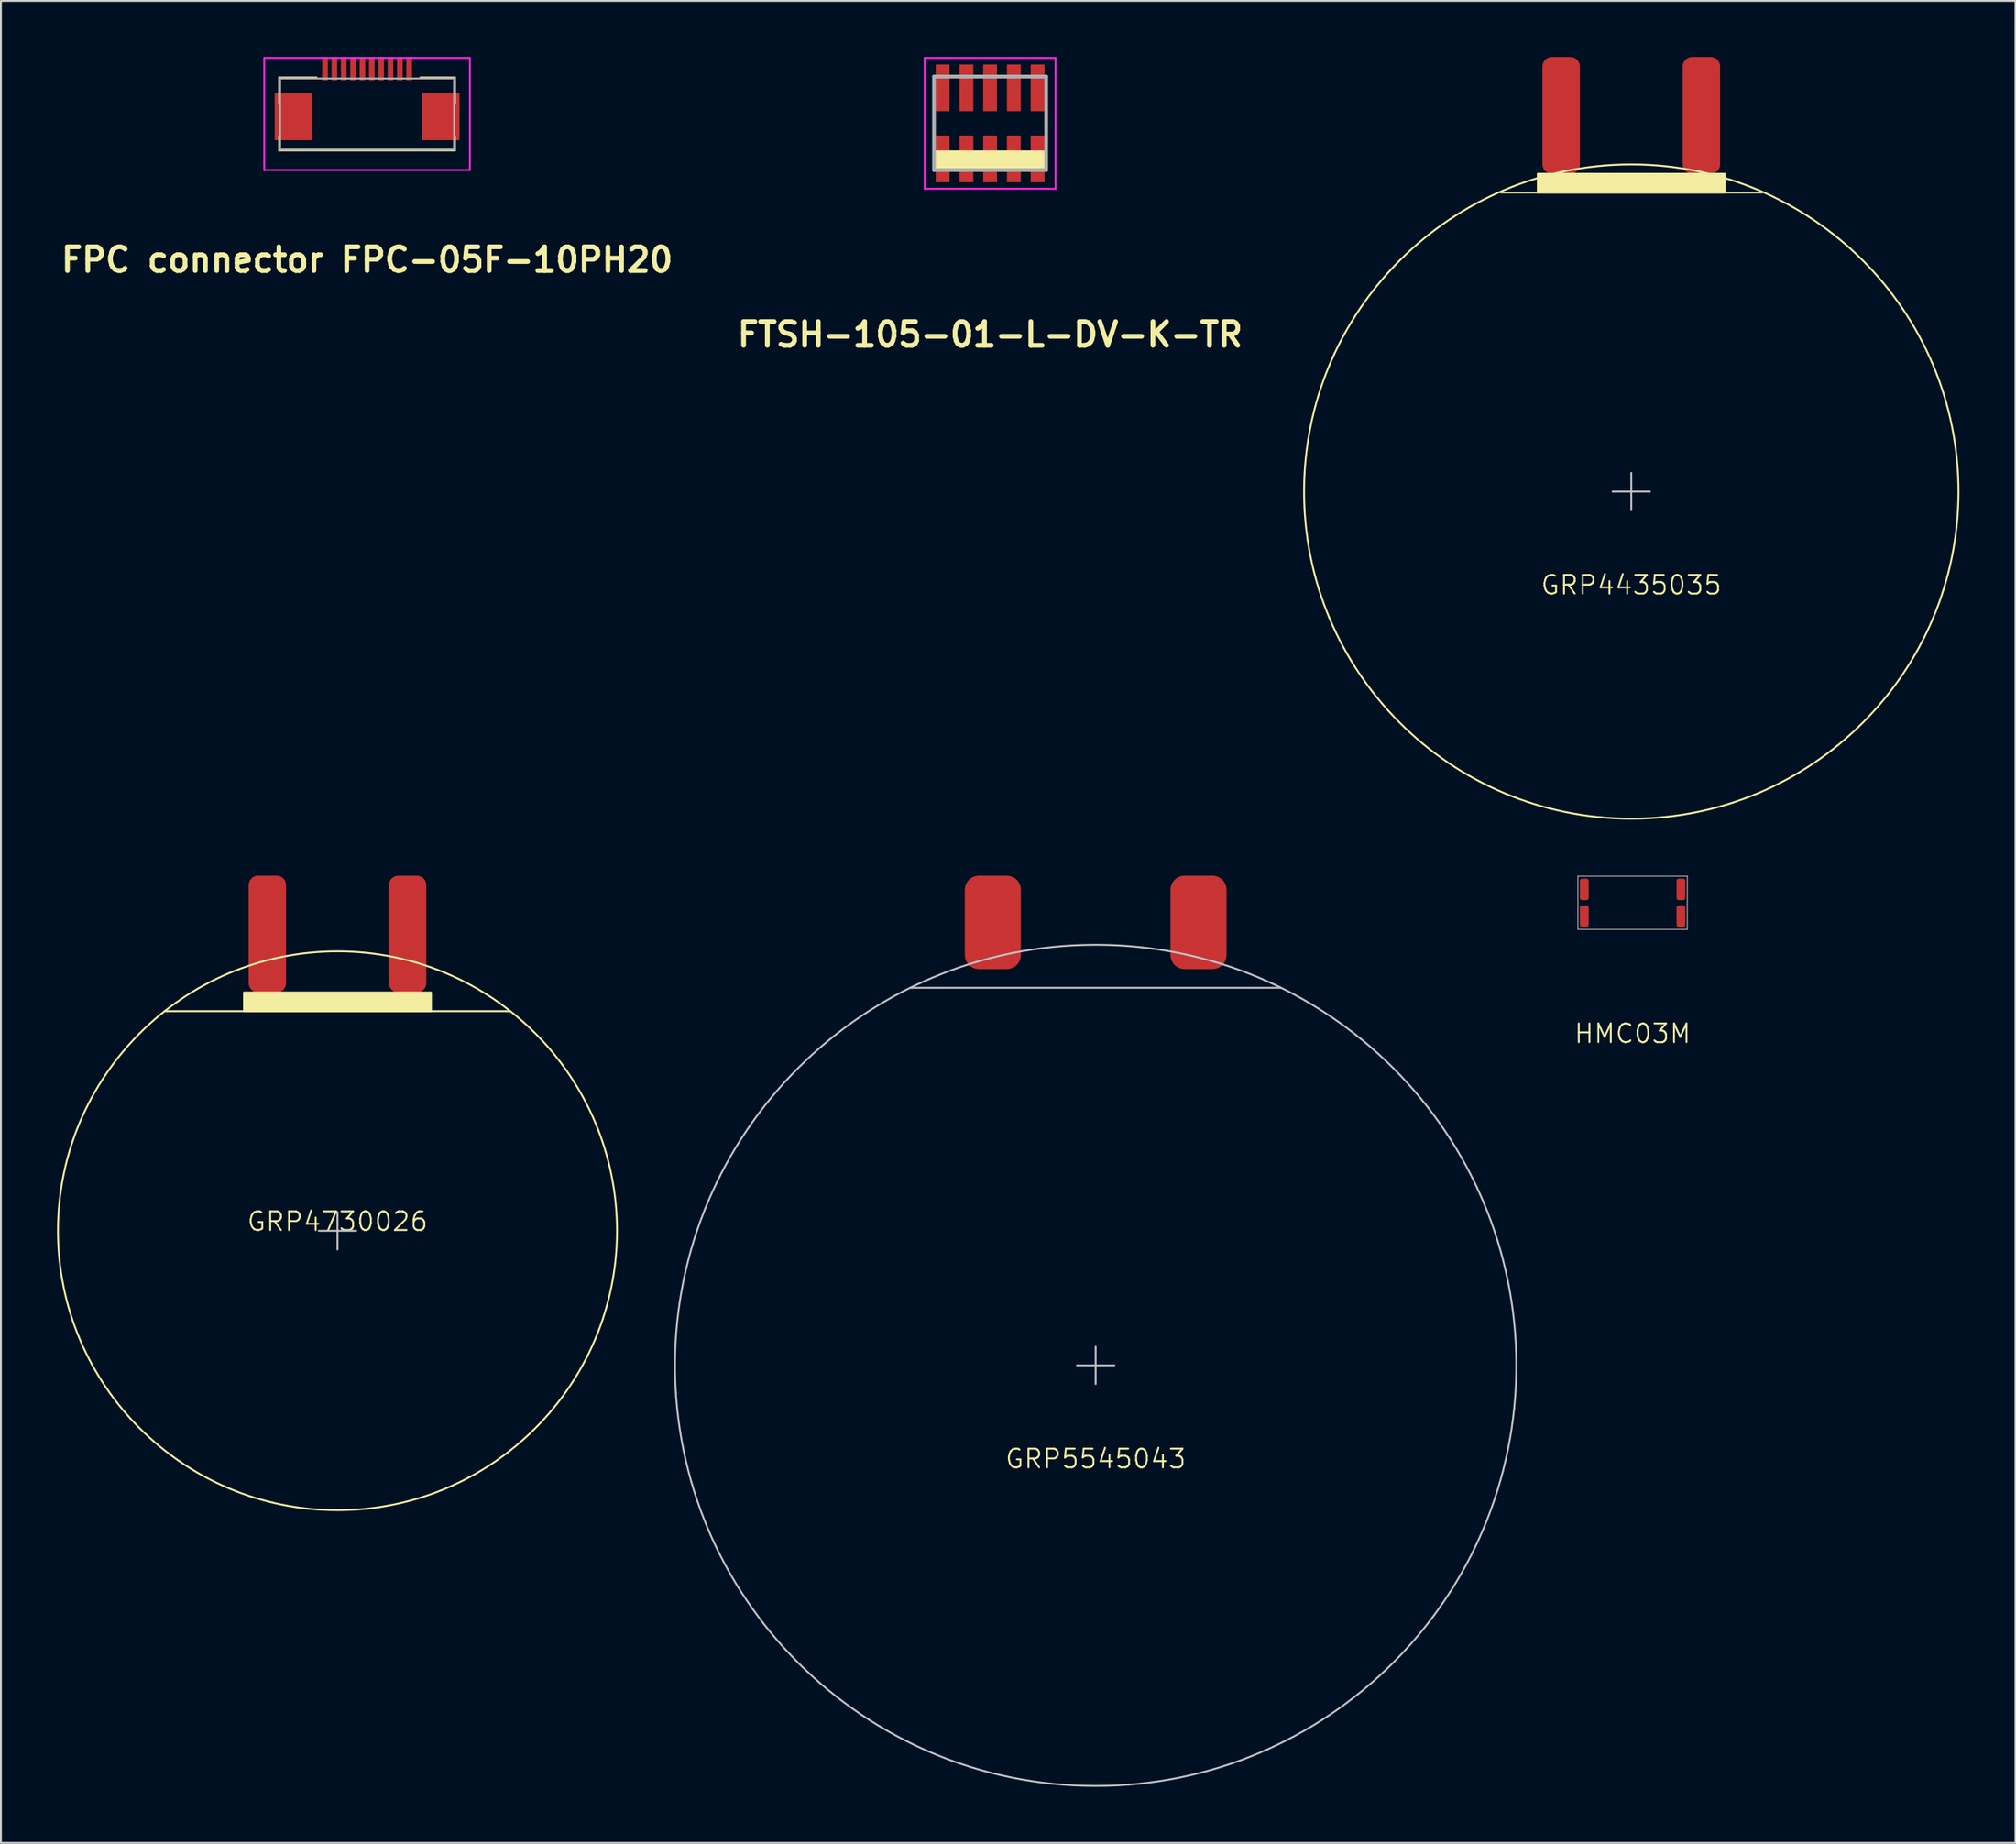
<source format=kicad_pcb>
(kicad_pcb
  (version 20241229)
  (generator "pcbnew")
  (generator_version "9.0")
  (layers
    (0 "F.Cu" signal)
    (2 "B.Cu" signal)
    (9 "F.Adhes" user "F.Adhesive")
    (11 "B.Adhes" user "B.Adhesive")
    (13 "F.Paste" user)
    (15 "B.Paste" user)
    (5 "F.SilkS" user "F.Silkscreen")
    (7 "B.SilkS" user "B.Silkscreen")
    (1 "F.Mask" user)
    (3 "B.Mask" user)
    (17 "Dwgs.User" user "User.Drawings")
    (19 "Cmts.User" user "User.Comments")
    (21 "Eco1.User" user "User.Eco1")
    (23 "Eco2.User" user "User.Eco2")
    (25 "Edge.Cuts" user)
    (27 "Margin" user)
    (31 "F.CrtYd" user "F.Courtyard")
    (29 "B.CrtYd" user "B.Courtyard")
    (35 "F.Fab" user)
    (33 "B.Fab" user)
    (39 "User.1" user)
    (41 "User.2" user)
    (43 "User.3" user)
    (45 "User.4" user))
  (footprint "HMC03M"
    (layer "F.Cu")
    (at 84.269 45.25)
    (property "Reference" "HMC03M" (at 0 7 0) (unlocked yes) (layer "F.SilkS") (effects (font (size 1 1) (thickness 0.1))))
    (attr smd)
    (fp_line (start -2.925 -1.425) (end -2.925 1.425) (stroke (width 0.05) (type default)) (layer "F.Fab"))
    (fp_line (start -2.925 1.425) (end 2.925 1.425) (stroke (width 0.05) (type default)) (layer "F.Fab"))
    (fp_line (start 2.925 -1.425) (end -2.925 -1.425) (stroke (width 0.05) (type default)) (layer "F.Fab"))
    (fp_line (start 2.925 1.425) (end 2.925 -1.425) (stroke (width 0.05) (type default)) (layer "F.Fab"))
    (fp_line (start -2.05 -1.425) (end -2.05 1.425) (stroke (width 0.05) (type default)) (layer "User.1"))
    (fp_line (start 2.05 -1.425) (end 2.05 1.425) (stroke (width 0.05) (type default)) (layer "User.1"))
    (pad "1" smd roundrect (at -2.585 0.715) (size 0.47 1.15) (layers "F.Cu" "F.Mask" "F.Paste") (roundrect_rratio 0.25))
    (pad "2" smd roundrect (at -2.585 -0.715) (size 0.47 1.15) (layers "F.Cu" "F.Mask" "F.Paste") (roundrect_rratio 0.25))
    (pad "3" smd roundrect (at 2.585 0.715) (size 0.47 1.15) (layers "F.Cu" "F.Mask" "F.Paste") (roundrect_rratio 0.25))
    (pad "4" smd roundrect (at 2.585 -0.715) (size 0.47 1.15) (layers "F.Cu" "F.Mask" "F.Paste") (roundrect_rratio 0.25)))
  (footprint "GRP4435035"
    (layer "F.Cu")
    (at 84.196 23.25)
    (property "Reference" "GRP4435035" (at 0 5 0) (unlocked yes) (layer "F.SilkS") (effects (font (size 1 1) (thickness 0.1))))
    (attr smd)
    (fp_line (start 7 -16) (end -7 -16) (stroke (width 0.1) (type default)) (layer "F.SilkS"))
    (fp_rect (start -5 -17) (end 5 -16) (stroke (width 0.1) (type solid)) (fill yes) (layer "F.SilkS"))
    (fp_circle (center 0 0) (end 17.5 0) (stroke (width 0.1) (type default)) (fill no) (layer "F.SilkS"))
    (fp_line (start 0 1) (end 0 -1) (stroke (width 0.1) (type default)) (layer "Dwgs.User"))
    (fp_line (start 1 0) (end -1 0) (stroke (width 0.1) (type default)) (layer "Dwgs.User"))
    (pad "+" smd roundrect (at -3.75 -20.125) (size 2 6.25) (layers "F.Cu" "F.Mask" "F.Paste") (roundrect_rratio 0.25))
    (pad "-" smd roundrect (at 3.75 -20.125) (size 2 6.25) (layers "F.Cu" "F.Mask" "F.Paste") (roundrect_rratio 0.25)))
  (footprint "GRP5545043"
    (layer "F.Cu")
    (at 55.55 70)
    (property "Reference" "GRP5545043" (at 0 5 0) (unlocked yes) (layer "F.SilkS") (effects (font (size 1 1) (thickness 0.1))))
    (attr smd)
    (fp_line (start 0 1) (end 0 -1) (stroke (width 0.1) (type default)) (layer "Dwgs.User"))
    (fp_line (start 1 0) (end -1 0) (stroke (width 0.1) (type default)) (layer "Dwgs.User"))
    (fp_line (start 9.9 -20.2) (end -9.9 -20.2) (stroke (width 0.1) (type default)) (layer "Dwgs.User"))
    (fp_circle (center 0 0) (end 22.5 0) (stroke (width 0.1) (type default)) (fill no) (layer "Dwgs.User"))
    (pad "+" smd roundrect (at -5.5 -23.7) (size 3 5) (layers "F.Cu" "F.Mask" "F.Paste") (roundrect_rratio 0.25))
    (pad "-" smd roundrect (at 5.5 -23.7) (size 3 5) (layers "F.Cu" "F.Mask" "F.Paste") (roundrect_rratio 0.25)))
  (footprint "FPC connector FPC-05F-10PH20"
    (layer "F.Cu")
    (at 16.583 1.85)
    (property "Reference" "FPC connector FPC-05F-10PH20" (at 0 9 0) (layer "F.SilkS") (effects (font (size 1.27 1.27) (thickness 0.254))))
    (attr smd)
    (fp_line (start -4.7 -0.75) (end -4.7 0.6) (stroke (width 0.1) (type solid)) (layer "F.SilkS"))
    (fp_line (start -4.7 2.388) (end -4.7 3.15) (stroke (width 0.1) (type solid)) (layer "F.SilkS"))
    (fp_line (start -4.7 3.15) (end 4.7 3.15) (stroke (width 0.1) (type solid)) (layer "F.SilkS"))
    (fp_line (start -2.7 -0.75) (end -4.7 -0.75) (stroke (width 0.1) (type solid)) (layer "F.SilkS"))
    (fp_line (start 2.85 -0.75) (end 4.7 -0.75) (stroke (width 0.1) (type solid)) (layer "F.SilkS"))
    (fp_line (start 4.7 -0.75) (end 4.7 0.6) (stroke (width 0.1) (type solid)) (layer "F.SilkS"))
    (fp_line (start 4.7 2.4) (end 4.7 3.15) (stroke (width 0.1) (type solid)) (layer "F.SilkS"))
    (fp_line (start -5.5 -1.8) (end 5.5 -1.8) (stroke (width 0.1) (type solid)) (layer "F.CrtYd"))
    (fp_line (start -5.5 4.2) (end -5.5 -1.8) (stroke (width 0.1) (type solid)) (layer "F.CrtYd"))
    (fp_line (start 5.5 -1.8) (end 5.5 4.2) (stroke (width 0.1) (type solid)) (layer "F.CrtYd"))
    (fp_line (start 5.5 4.2) (end -5.5 4.2) (stroke (width 0.1) (type solid)) (layer "F.CrtYd"))
    (fp_line (start -4.65 -0.7) (end 4.65 -0.7) (stroke (width 0.1) (type solid)) (layer "F.Fab"))
    (fp_line (start -4.65 3.1) (end -4.65 -0.7) (stroke (width 0.1) (type solid)) (layer "F.Fab"))
    (fp_line (start 4.65 -0.7) (end 4.65 3.1) (stroke (width 0.1) (type solid)) (layer "F.Fab"))
    (fp_line (start 4.65 3.1) (end -4.65 3.1) (stroke (width 0.1) (type solid)) (layer "F.Fab"))
    (pad "1" smd rect (at -2.25 -1.225) (size 0.3 1.25) (layers "F.Cu" "F.Mask" "F.Paste"))
    (pad "2" smd rect (at -1.75 -1.225) (size 0.3 1.25) (layers "F.Cu" "F.Mask" "F.Paste"))
    (pad "3" smd rect (at -1.25 -1.225) (size 0.3 1.25) (layers "F.Cu" "F.Mask" "F.Paste"))
    (pad "4" smd rect (at -0.75 -1.225) (size 0.3 1.25) (layers "F.Cu" "F.Mask" "F.Paste"))
    (pad "5" smd rect (at -0.25 -1.225) (size 0.3 1.25) (layers "F.Cu" "F.Mask" "F.Paste"))
    (pad "6" smd rect (at 0.25 -1.225) (size 0.3 1.25) (layers "F.Cu" "F.Mask" "F.Paste"))
    (pad "7" smd rect (at 0.75 -1.225) (size 0.3 1.25) (layers "F.Cu" "F.Mask" "F.Paste"))
    (pad "8" smd rect (at 1.25 -1.225) (size 0.3 1.25) (layers "F.Cu" "F.Mask" "F.Paste"))
    (pad "9" smd rect (at 1.75 -1.225) (size 0.3 1.25) (layers "F.Cu" "F.Mask" "F.Paste"))
    (pad "10" smd rect (at 2.25 -1.225) (size 0.3 1.25) (layers "F.Cu" "F.Mask" "F.Paste"))
    (pad "S1" smd rect (at -3.94 1.35) (size 2 2.5) (layers "F.Cu" "F.Mask" "F.Paste"))
    (pad "S2" smd rect (at 3.94 1.35) (size 2 2.5) (layers "F.Cu" "F.Mask" "F.Paste")))
  (footprint "FTSH-105-01-L-DV-K-TR"
    (layer "F.Cu")
    (at 49.905 3.55)
    (property "Reference" "FTSH-105-01-L-DV-K-TR" (at 0 11.3 0) (layer "F.SilkS") (effects (font (size 1.27 1.27) (thickness 0.254))))
    (attr smd)
    (fp_line (start -3 -2.5) (end -3 2.5) (stroke (width 0.1) (type solid)) (layer "F.SilkS"))
    (fp_line (start 3 -2.5) (end 3 2.5) (stroke (width 0.1) (type solid)) (layer "F.SilkS"))
    (fp_rect (start -3 1.5) (end 3 2.5) (stroke (width 0.1) (type default)) (fill yes) (layer "F.SilkS"))
    (fp_line (start -3.5 -3.5) (end 3.5 -3.5) (stroke (width 0.1) (type solid)) (layer "F.CrtYd"))
    (fp_line (start -3.5 3.5) (end -3.5 -3.5) (stroke (width 0.1) (type solid)) (layer "F.CrtYd"))
    (fp_line (start 3.5 -3.5) (end 3.5 3.5) (stroke (width 0.1) (type solid)) (layer "F.CrtYd"))
    (fp_line (start 3.5 3.5) (end -3.5 3.5) (stroke (width 0.1) (type solid)) (layer "F.CrtYd"))
    (fp_line (start -3 -2.5) (end 3 -2.5) (stroke (width 0.2) (type solid)) (layer "F.Fab"))
    (fp_line (start -3 2.5) (end -3 -2.5) (stroke (width 0.2) (type solid)) (layer "F.Fab"))
    (fp_line (start 3 -2.5) (end 3 2.5) (stroke (width 0.2) (type solid)) (layer "F.Fab"))
    (fp_line (start 3 2.5) (end -3 2.5) (stroke (width 0.2) (type solid)) (layer "F.Fab"))
    (pad "1" smd rect (at -2.54 1.9) (size 0.74 2.5) (layers "F.Cu" "F.Mask" "F.Paste"))
    (pad "2" smd rect (at -2.54 -1.9) (size 0.74 2.5) (layers "F.Cu" "F.Mask" "F.Paste"))
    (pad "3" smd rect (at -1.27 1.9) (size 0.74 2.5) (layers "F.Cu" "F.Mask" "F.Paste"))
    (pad "4" smd rect (at -1.27 -1.9) (size 0.74 2.5) (layers "F.Cu" "F.Mask" "F.Paste"))
    (pad "5" smd rect (at 0 1.9) (size 0.74 2.5) (layers "F.Cu" "F.Mask" "F.Paste"))
    (pad "6" smd rect (at 0 -1.9) (size 0.74 2.5) (layers "F.Cu" "F.Mask" "F.Paste"))
    (pad "7" smd rect (at 1.27 1.9) (size 0.74 2.5) (layers "F.Cu" "F.Mask" "F.Paste"))
    (pad "8" smd rect (at 1.27 -1.9) (size 0.74 2.5) (layers "F.Cu" "F.Mask" "F.Paste"))
    (pad "9" smd rect (at 2.54 1.9) (size 0.74 2.5) (layers "F.Cu" "F.Mask" "F.Paste"))
    (pad "10" smd rect (at 2.54 -1.9) (size 0.74 2.5) (layers "F.Cu" "F.Mask" "F.Paste")))
  (footprint "GRP4730026"
    (layer "F.Cu")
    (at 15 62.8)
    (property "Reference" "GRP4730026" (at 0 -0.5 0) (unlocked yes) (layer "F.SilkS") (effects (font (size 1 1) (thickness 0.1))))
    (attr smd)
    (fp_line (start 9.2 -11.75) (end -9.2 -11.75) (stroke (width 0.1) (type default)) (layer "F.SilkS"))
    (fp_rect (start -5 -12.75) (end 5 -11.75) (stroke (width 0.1) (type solid)) (fill yes) (layer "F.SilkS"))
    (fp_circle (center 0 0) (end 14.95 0) (stroke (width 0.1) (type default)) (fill no) (layer "F.SilkS"))
    (fp_line (start 0 1) (end 0 -1) (stroke (width 0.1) (type default)) (layer "Dwgs.User"))
    (fp_line (start 1 0) (end -1 0) (stroke (width 0.1) (type default)) (layer "Dwgs.User"))
    (pad "+" smd roundrect (at -3.75 -15.875) (size 2 6.25) (layers "F.Cu" "F.Mask" "F.Paste") (roundrect_rratio 0.25))
    (pad "-" smd roundrect (at 3.75 -15.875) (size 2 6.25) (layers "F.Cu" "F.Mask" "F.Paste") (roundrect_rratio 0.25)))
  (gr_rect
    (start -3 -3)
    (end 104.746 95.55)
    (stroke (width 0.1) (type default))
    (fill no)
    (layer "Edge.Cuts")))
</source>
